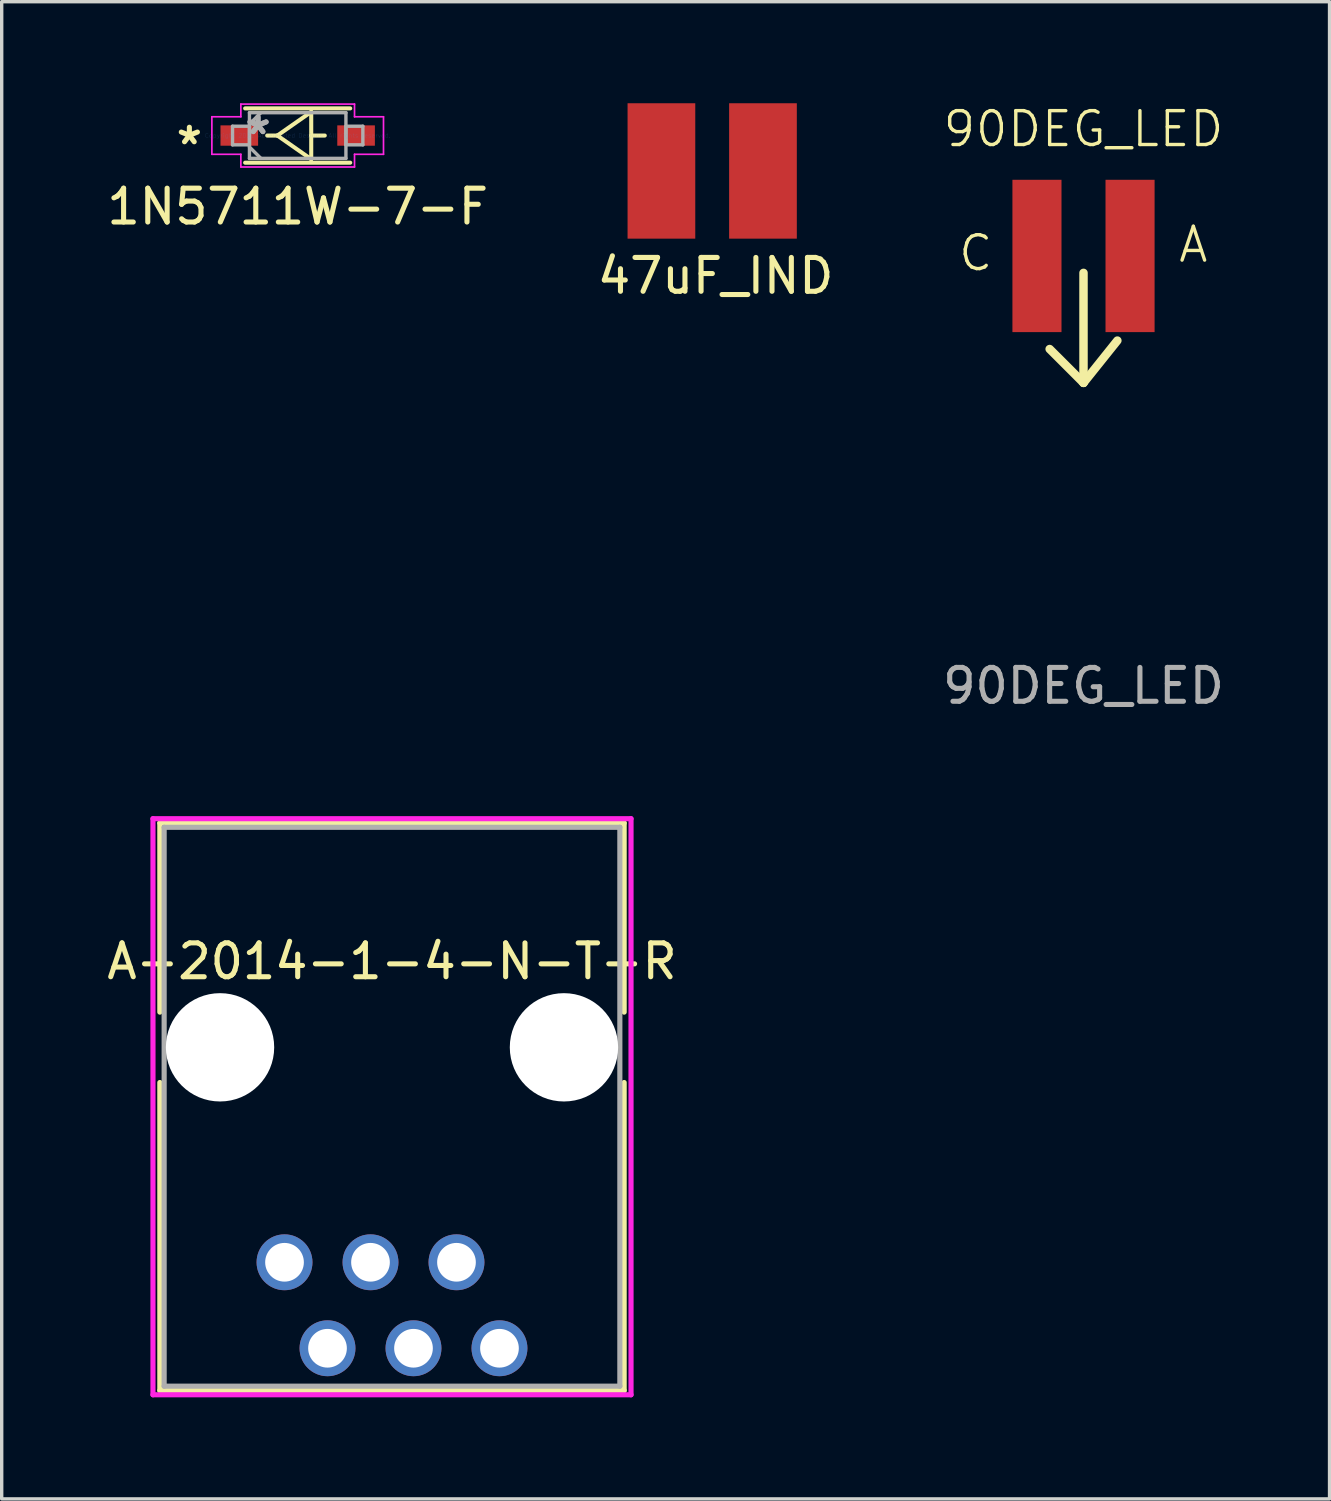
<source format=kicad_pcb>
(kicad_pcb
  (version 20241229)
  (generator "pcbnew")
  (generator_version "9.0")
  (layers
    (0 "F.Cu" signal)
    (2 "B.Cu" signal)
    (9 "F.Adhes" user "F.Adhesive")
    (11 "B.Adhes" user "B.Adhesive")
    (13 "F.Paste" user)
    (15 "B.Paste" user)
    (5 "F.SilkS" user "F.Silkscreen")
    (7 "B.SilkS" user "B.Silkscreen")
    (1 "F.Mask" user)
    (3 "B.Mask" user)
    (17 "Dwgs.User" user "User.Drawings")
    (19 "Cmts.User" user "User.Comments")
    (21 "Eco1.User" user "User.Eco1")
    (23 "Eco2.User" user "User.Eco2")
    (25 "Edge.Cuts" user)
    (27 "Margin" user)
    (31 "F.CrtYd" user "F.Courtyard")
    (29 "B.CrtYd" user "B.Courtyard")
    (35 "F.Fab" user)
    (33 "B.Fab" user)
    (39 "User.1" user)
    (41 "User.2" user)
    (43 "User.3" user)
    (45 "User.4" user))
  (footprint "1N5711W-7-F"
    (layer "F.Cu")
    (at 5.744 0.954)
    (property "Reference" "1N5711W-7-F" (at 0 2.1 0) (layer "F.SilkS") (effects (font (size 1 1) (thickness 0.15))))
    (attr through_hole)
    (fp_line (start -1.552 0.802) (end 1.552 0.802) (stroke (width 0.12) (type solid)) (layer "F.SilkS"))
    (fp_line (start -0.6 0) (end -0.9 0) (stroke (width 0.12) (type solid)) (layer "F.SilkS"))
    (fp_line (start -0.6 0) (end 0.4 -0.7) (stroke (width 0.12) (type solid)) (layer "F.SilkS"))
    (fp_line (start 0.4 -0.7) (end 0.4 0.7) (stroke (width 0.12) (type solid)) (layer "F.SilkS"))
    (fp_line (start 0.4 0) (end 0.8 0) (stroke (width 0.12) (type solid)) (layer "F.SilkS"))
    (fp_line (start 0.4 0.7) (end -0.6 0) (stroke (width 0.12) (type solid)) (layer "F.SilkS"))
    (fp_line (start 1.552 -0.802) (end -1.552 -0.802) (stroke (width 0.12) (type solid)) (layer "F.SilkS"))
    (fp_line (start -2.535 -0.554) (end -1.679 -0.554) (stroke (width 0.05) (type solid)) (layer "F.CrtYd"))
    (fp_line (start -2.535 0.554) (end -2.535 -0.554) (stroke (width 0.05) (type solid)) (layer "F.CrtYd"))
    (fp_line (start -1.679 -0.929) (end 1.679 -0.929) (stroke (width 0.05) (type solid)) (layer "F.CrtYd"))
    (fp_line (start -1.679 -0.554) (end -1.679 -0.929) (stroke (width 0.05) (type solid)) (layer "F.CrtYd"))
    (fp_line (start -1.679 0.554) (end -2.535 0.554) (stroke (width 0.05) (type solid)) (layer "F.CrtYd"))
    (fp_line (start -1.679 0.929) (end -1.679 0.554) (stroke (width 0.05) (type solid)) (layer "F.CrtYd"))
    (fp_line (start 1.679 -0.929) (end 1.679 -0.554) (stroke (width 0.05) (type solid)) (layer "F.CrtYd"))
    (fp_line (start 1.679 -0.554) (end 2.535 -0.554) (stroke (width 0.05) (type solid)) (layer "F.CrtYd"))
    (fp_line (start 1.679 0.554) (end 1.679 0.929) (stroke (width 0.05) (type solid)) (layer "F.CrtYd"))
    (fp_line (start 1.679 0.929) (end -1.679 0.929) (stroke (width 0.05) (type solid)) (layer "F.CrtYd"))
    (fp_line (start 2.535 -0.554) (end 2.535 0.554) (stroke (width 0.05) (type solid)) (layer "F.CrtYd"))
    (fp_line (start 2.535 0.554) (end 1.679 0.554) (stroke (width 0.05) (type solid)) (layer "F.CrtYd"))
    (fp_line (start -1.925 -0.275) (end -1.925 0.275) (stroke (width 0.1) (type solid)) (layer "F.Fab"))
    (fp_line (start -1.925 0.275) (end -1.425 0.275) (stroke (width 0.1) (type solid)) (layer "F.Fab"))
    (fp_line (start -1.425 -0.675) (end -1.425 0.675) (stroke (width 0.1) (type solid)) (layer "F.Fab"))
    (fp_line (start -1.425 -0.338) (end -1.087 -0.675) (stroke (width 0.1) (type solid)) (layer "F.Fab"))
    (fp_line (start -1.425 -0.275) (end -1.925 -0.275) (stroke (width 0.1) (type solid)) (layer "F.Fab"))
    (fp_line (start -1.425 0.275) (end -1.425 -0.275) (stroke (width 0.1) (type solid)) (layer "F.Fab"))
    (fp_line (start -1.425 0.338) (end -1.087 0.675) (stroke (width 0.1) (type solid)) (layer "F.Fab"))
    (fp_line (start -1.425 0.675) (end 1.425 0.675) (stroke (width 0.1) (type solid)) (layer "F.Fab"))
    (fp_line (start 1.425 -0.675) (end -1.425 -0.675) (stroke (width 0.1) (type solid)) (layer "F.Fab"))
    (fp_line (start 1.425 -0.275) (end 1.425 0.275) (stroke (width 0.1) (type solid)) (layer "F.Fab"))
    (fp_line (start 1.425 0.275) (end 1.925 0.275) (stroke (width 0.1) (type solid)) (layer "F.Fab"))
    (fp_line (start 1.425 0.675) (end 1.425 -0.675) (stroke (width 0.1) (type solid)) (layer "F.Fab"))
    (fp_line (start 1.925 -0.275) (end 1.425 -0.275) (stroke (width 0.1) (type solid)) (layer "F.Fab"))
    (fp_line (start 1.925 0.275) (end 1.925 -0.275) (stroke (width 0.1) (type solid)) (layer "F.Fab"))
    (fp_text user "*" (at -3.2 0.3 0) (layer "F.SilkS") (effects (font (size 1 1) (thickness 0.15))))
    (fp_text user "Copyright 2021 Accelerated Designs. All rights reserved." (at 0 0 0) (layer "Cmts.User") (effects (font (size 0.127 0.127) (thickness 0.002))))
    (fp_text user "*" (at -1.171 0 0) (layer "F.Fab") (effects (font (size 1 1) (thickness 0.15))))
    (fp_text user "*" (at -1.171 0 0) (layer "F.Fab") (effects (font (size 1 1) (thickness 0.15))))
    (pad "1" smd rect (at -1.725 0) (size 1.111 0.601) (layers "F.Cu" "F.Mask" "F.Paste"))
    (pad "2" smd rect (at 1.725 0) (size 1.111 0.601) (layers "F.Cu" "F.Mask" "F.Paste")))
  (footprint "90DEG_LED"
    (layer "F.Cu")
    (at 28.958 4.511)
    (property "Reference" "90DEG_LED" (at 0 -3.75 0) (unlocked yes) (layer "F.SilkS") (effects (font (size 1 1) (thickness 0.1))))
    (attr smd)
    (fp_line (start 0 0.5) (end 0 3.75) (stroke (width 0.25) (type default)) (layer "F.SilkS"))
    (fp_line (start 0 3.75) (end -1 2.75) (stroke (width 0.25) (type default)) (layer "F.SilkS"))
    (fp_line (start 0 3.75) (end 1 2.5) (stroke (width 0.1) (type default)) (layer "F.SilkS"))
    (fp_line (start 1 2.5) (end 0 3.75) (stroke (width 0.25) (type default)) (layer "F.SilkS"))
    (fp_text user "A" (at 2.75 0.25 0) (unlocked yes) (layer "F.SilkS") (effects (font (size 1 1) (thickness 0.1)) (justify left bottom)))
    (fp_text user "C" (at -3.75 0.5 0) (unlocked yes) (layer "F.SilkS") (effects (font (size 1 1) (thickness 0.1)) (justify left bottom)))
    (fp_text user "${REFERENCE}" (at 0 12.7 0) (unlocked yes) (layer "F.Fab") (effects (font (size 1 1) (thickness 0.15))))
    (pad "1" smd rect (at 1.375 0) (size 1.45 4.5) (layers "F.Cu" "F.Mask" "F.Paste"))
    (pad "2" smd rect (at -1.375 0) (size 1.45 4.5) (layers "F.Cu" "F.Mask" "F.Paste")))
  (footprint "47uF_IND"
    (layer "F.Cu")
    (at 17.989 2)
    (property "Reference" "47uF_IND" (at 0.1 3.1 0) (layer "F.SilkS") (effects (font (size 1 1) (thickness 0.15))))
    (attr through_hole)
    (pad "1" smd rect (at -1.5 0) (size 2 4) (layers "F.Cu" "F.Mask" "F.Paste"))
    (pad "2" smd rect (at 1.5 0) (size 2 4) (layers "F.Cu" "F.Mask" "F.Paste")))
  (footprint "A-2014-1-4-N-T-R"
    (layer "F.Cu")
    (at 5.355 34.239)
    (property "Reference" "A-2014-1-4-N-T-R" (at 3.175 -8.89 0) (layer "F.SilkS") (effects (font (size 1 1) (thickness 0.15))))
    (attr through_hole)
    (fp_line (start -3.683 -12.977) (end -3.683 -7.39) (stroke (width 0.152) (type solid)) (layer "F.SilkS"))
    (fp_line (start -3.683 -5.31) (end -3.683 3.787) (stroke (width 0.152) (type solid)) (layer "F.SilkS"))
    (fp_line (start -3.683 3.787) (end 10.033 3.787) (stroke (width 0.152) (type solid)) (layer "F.SilkS"))
    (fp_line (start 10.033 -12.977) (end -3.683 -12.977) (stroke (width 0.152) (type solid)) (layer "F.SilkS"))
    (fp_line (start 10.033 -7.39) (end 10.033 -12.977) (stroke (width 0.152) (type solid)) (layer "F.SilkS"))
    (fp_line (start 10.033 3.787) (end 10.033 -5.31) (stroke (width 0.152) (type solid)) (layer "F.SilkS"))
    (fp_line (start -3.886 -13.104) (end -3.886 3.914) (stroke (width 0.152) (type solid)) (layer "F.CrtYd"))
    (fp_line (start -3.886 3.914) (end 10.236 3.914) (stroke (width 0.152) (type solid)) (layer "F.CrtYd"))
    (fp_line (start 10.236 -13.104) (end -3.886 -13.104) (stroke (width 0.152) (type solid)) (layer "F.CrtYd"))
    (fp_line (start 10.236 3.914) (end 10.236 -13.104) (stroke (width 0.152) (type solid)) (layer "F.CrtYd"))
    (fp_line (start -3.556 -12.85) (end -3.556 3.66) (stroke (width 0.152) (type solid)) (layer "F.Fab"))
    (fp_line (start -3.556 3.66) (end 9.906 3.66) (stroke (width 0.152) (type solid)) (layer "F.Fab"))
    (fp_line (start 9.906 -12.85) (end -3.556 -12.85) (stroke (width 0.152) (type solid)) (layer "F.Fab"))
    (fp_line (start 9.906 3.66) (end 9.906 -12.85) (stroke (width 0.152) (type solid)) (layer "F.Fab"))
    (pad "" np_thru_hole circle (at -1.905 -6.35 90) (size 3.2 3.2) (drill 3.2) (layers "*.Cu"))
    (pad "" np_thru_hole circle (at 8.255 -6.35 90) (size 3.2 3.2) (drill 3.2) (layers "*.Cu"))
    (pad "1" thru_hole circle (at 6.35 2.54) (size 1.651 1.651) (drill 1.143) (layers "*.Cu" "*.Mask"))
    (pad "2" thru_hole circle (at 5.08 0) (size 1.651 1.651) (drill 1.143) (layers "*.Cu" "*.Mask"))
    (pad "3" thru_hole circle (at 3.81 2.54) (size 1.651 1.651) (drill 1.143) (layers "*.Cu" "*.Mask"))
    (pad "4" thru_hole circle (at 2.54 0) (size 1.651 1.651) (drill 1.143) (layers "*.Cu" "*.Mask"))
    (pad "5" thru_hole circle (at 1.27 2.54) (size 1.651 1.651) (drill 1.143) (layers "*.Cu" "*.Mask"))
    (pad "6" thru_hole circle (at 0 0) (size 1.651 1.651) (drill 1.143) (layers "*.Cu" "*.Mask")))
  (gr_rect
    (start -3 -3)
    (end 36.226 41.229)
    (stroke (width 0.1) (type default))
    (fill no)
    (layer "Edge.Cuts")))
</source>
